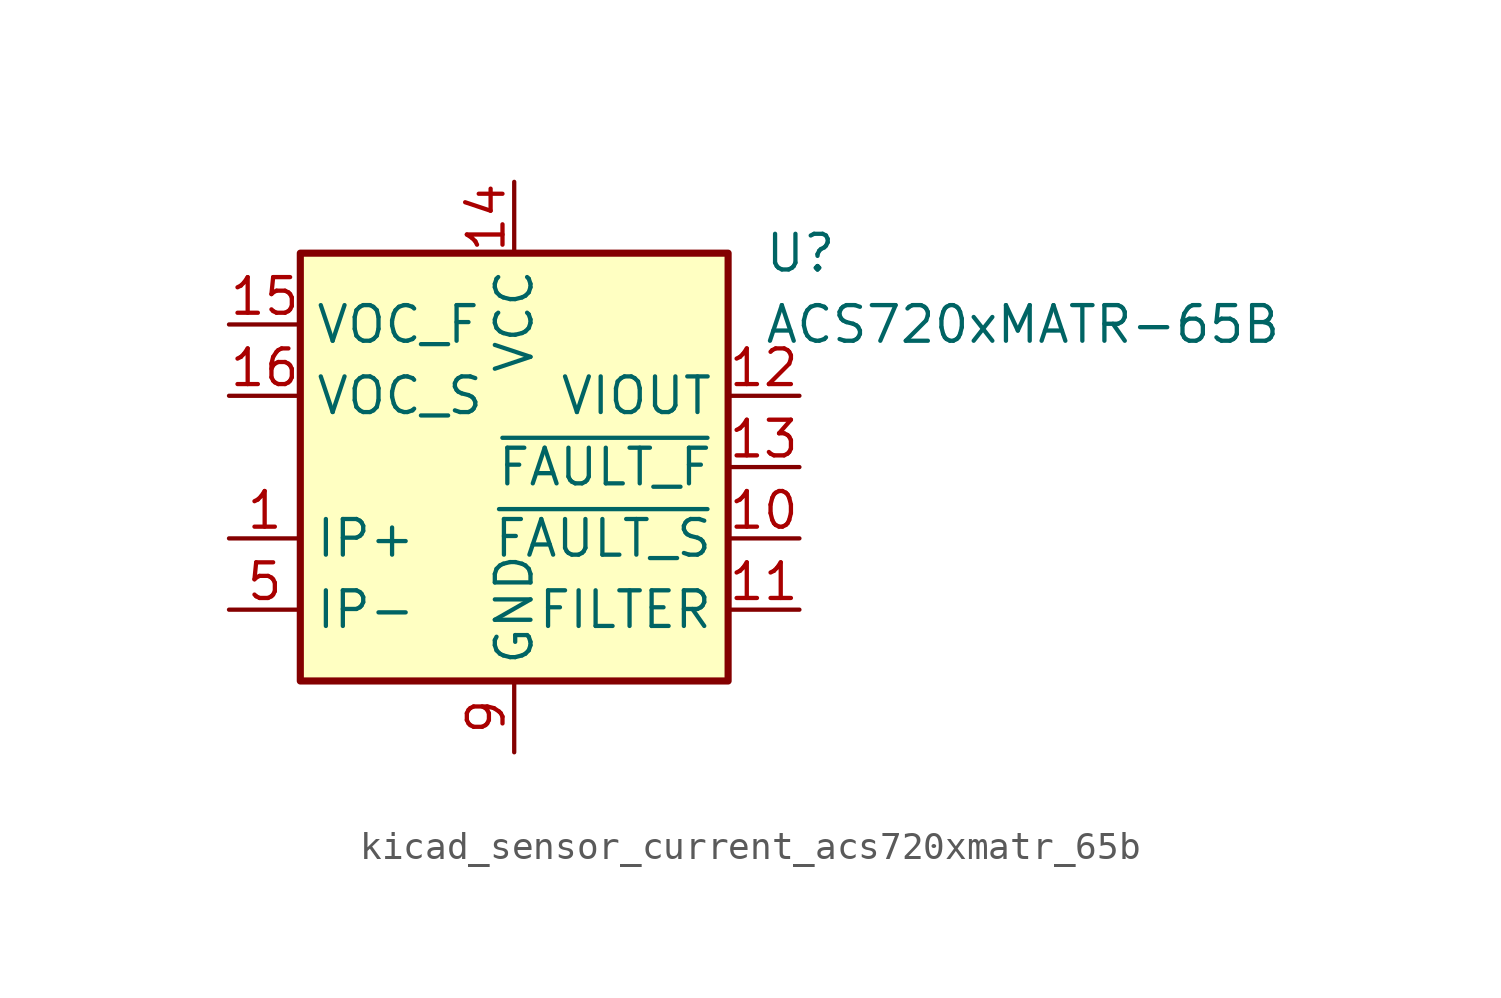
<source format=kicad_sym>
(kicad_symbol_lib
  (version 20220914)
  (generator kicad_symbol_editor)
  (symbol "kicad_sensor_current_acs720xmatr_65b"
    (property "Reference" "U"
      (at 8.89 7.62 0)
      (effects (font (size 1.27 1.27)) (justify left)))
    (property "Value" "ACS720xMATR-65B"
      (at 8.89 5.08 0)
      (effects (font (size 1.27 1.27)) (justify left)))
    (symbol "kicad_sensor_current_acs720xmatr_65b_0_1"
      (rectangle (start -7.62 7.62) (end 7.62 -7.62) (stroke (width 0.254) (type default)) (fill (type background))))
    (symbol "kicad_sensor_current_acs720xmatr_65b_1_1"
      (pin passive line (at -10.16 -2.54 0) (length 2.54) (name "IP+" (effects (font (size 1.27 1.27)))) (number "1" (effects (font (size 1.27 1.27)))))
      (pin open_collector line (at 10.16 -2.54 180) (length 2.54) (name "~{FAULT_S}" (effects (font (size 1.27 1.27)))) (number "10" (effects (font (size 1.27 1.27)))))
      (pin passive line (at 10.16 -5.08 180) (length 2.54) (name "FILTER" (effects (font (size 1.27 1.27)))) (number "11" (effects (font (size 1.27 1.27)))))
      (pin output line (at 10.16 2.54 180) (length 2.54) (name "VIOUT" (effects (font (size 1.27 1.27)))) (number "12" (effects (font (size 1.27 1.27)))))
      (pin open_collector line (at 10.16 0 180) (length 2.54) (name "~{FAULT_F}" (effects (font (size 1.27 1.27)))) (number "13" (effects (font (size 1.27 1.27)))))
      (pin power_in line (at 0 10.16 270) (length 2.54) (name "VCC" (effects (font (size 1.27 1.27)))) (number "14" (effects (font (size 1.27 1.27)))))
      (pin input line (at -10.16 5.08 0) (length 2.54) (name "VOC_F" (effects (font (size 1.27 1.27)))) (number "15" (effects (font (size 1.27 1.27)))))
      (pin input line (at -10.16 2.54 0) (length 2.54) (name "VOC_S" (effects (font (size 1.27 1.27)))) (number "16" (effects (font (size 1.27 1.27)))))
      (pin passive line (at -10.16 -2.54 0) (length 2.54) hide (name "IP+" (effects (font (size 1.27 1.27)))) (number "2" (effects (font (size 1.27 1.27)))))
      (pin passive line (at -10.16 -2.54 0) (length 2.54) hide (name "IP+" (effects (font (size 1.27 1.27)))) (number "3" (effects (font (size 1.27 1.27)))))
      (pin passive line (at -10.16 -2.54 0) (length 2.54) hide (name "IP+" (effects (font (size 1.27 1.27)))) (number "4" (effects (font (size 1.27 1.27)))))
      (pin passive line (at -10.16 -5.08 0) (length 2.54) (name "IP-" (effects (font (size 1.27 1.27)))) (number "5" (effects (font (size 1.27 1.27)))))
      (pin passive line (at -10.16 -5.08 0) (length 2.54) hide (name "IP-" (effects (font (size 1.27 1.27)))) (number "6" (effects (font (size 1.27 1.27)))))
      (pin passive line (at -10.16 -5.08 0) (length 2.54) hide (name "IP-" (effects (font (size 1.27 1.27)))) (number "7" (effects (font (size 1.27 1.27)))))
      (pin passive line (at -10.16 -5.08 0) (length 2.54) hide (name "IP-" (effects (font (size 1.27 1.27)))) (number "8" (effects (font (size 1.27 1.27)))))
      (pin power_in line (at 0 -10.16 90) (length 2.54) (name "GND" (effects (font (size 1.27 1.27)))) (number "9" (effects (font (size 1.27 1.27))))))))
</source>
